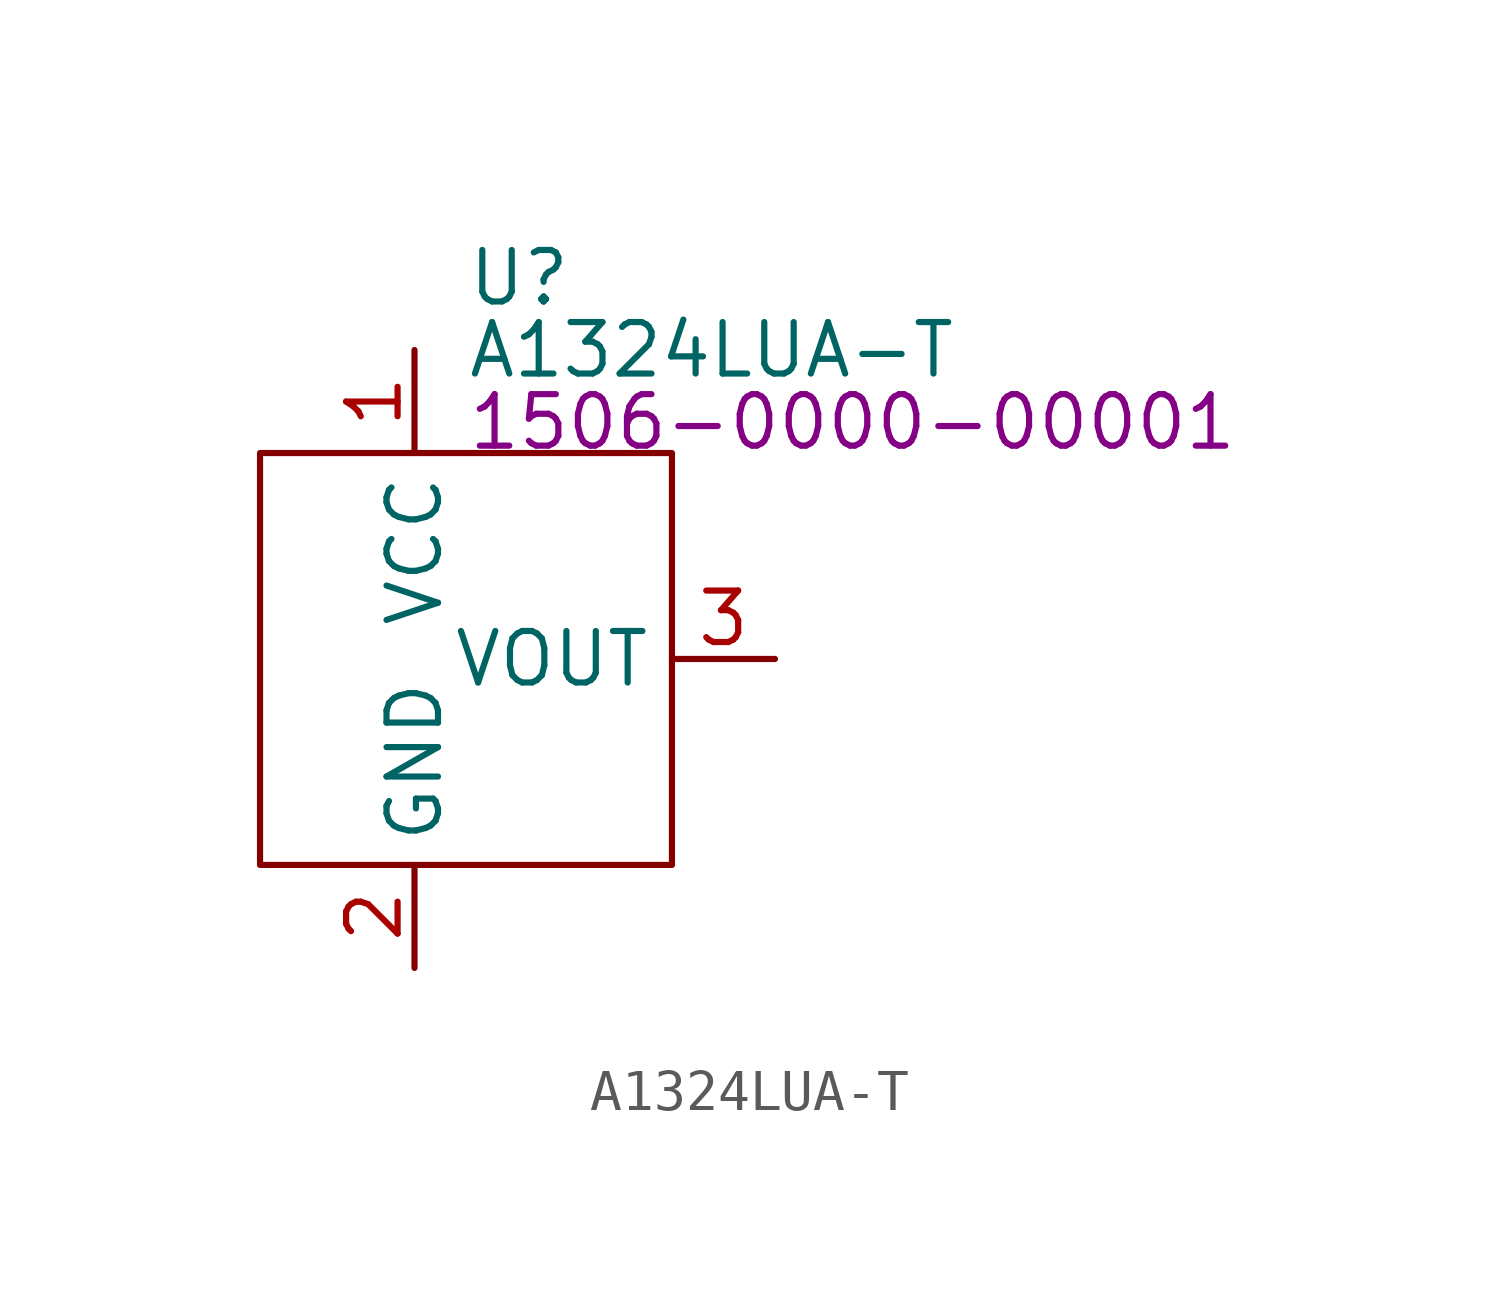
<source format=kicad_sym>
(kicad_symbol_lib
  (version 20231120)
  (generator "kicad_symbol_editor")
  (generator_version "8.0")
  (symbol "A1324LUA-T"
    (property "Reference" "U"
      (at 1.27 4.318 0)
      (effects (font (size 1.27 1.27)) (justify left)))
    (property "Value" "A1324LUA-T"
      (at 1.27 2.54 0)
      (effects (font (size 1.27 1.27)) (justify left)))
    (property "PartNumber" "1506-0000-00001"
      (at 1.27 0.762 0)
      (effects (font (size 1.27 1.27)) (justify left)))
    (symbol "A1324LUA-T_0_0"
      (pin power_in line (at 0 2.54 270) (length 2.54) (name "VCC" (effects (font (size 1.27 1.27)))) (number "1" (effects (font (size 1.27 1.27)))))
      (pin power_out line (at 0 -12.7 90) (length 2.54) (name "GND" (effects (font (size 1.27 1.27)))) (number "2" (effects (font (size 1.27 1.27)))))
      (pin output line (at 8.89 -5.08 180) (length 2.54) (name "VOUT" (effects (font (size 1.27 1.27)))) (number "3" (effects (font (size 1.27 1.27))))))
    (symbol "A1324LUA-T_0_1"
      (rectangle (start -3.81 0) (end 6.35 -10.16) (stroke (width 0) (type default)) (fill (type none))))))
</source>
